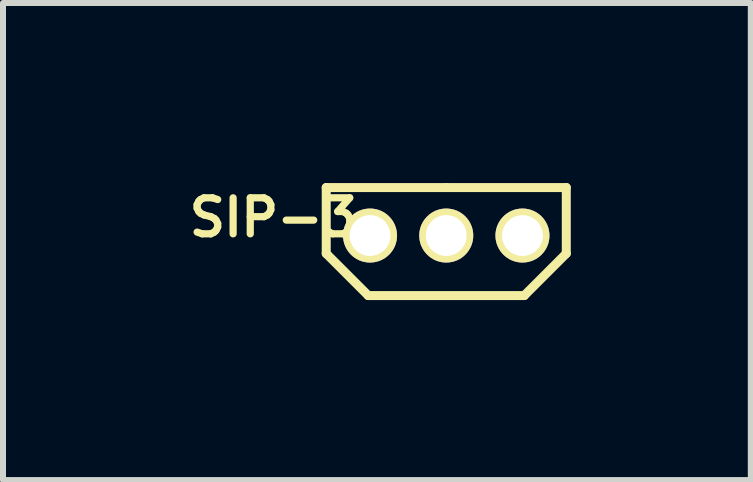
<source format=kicad_pcb>
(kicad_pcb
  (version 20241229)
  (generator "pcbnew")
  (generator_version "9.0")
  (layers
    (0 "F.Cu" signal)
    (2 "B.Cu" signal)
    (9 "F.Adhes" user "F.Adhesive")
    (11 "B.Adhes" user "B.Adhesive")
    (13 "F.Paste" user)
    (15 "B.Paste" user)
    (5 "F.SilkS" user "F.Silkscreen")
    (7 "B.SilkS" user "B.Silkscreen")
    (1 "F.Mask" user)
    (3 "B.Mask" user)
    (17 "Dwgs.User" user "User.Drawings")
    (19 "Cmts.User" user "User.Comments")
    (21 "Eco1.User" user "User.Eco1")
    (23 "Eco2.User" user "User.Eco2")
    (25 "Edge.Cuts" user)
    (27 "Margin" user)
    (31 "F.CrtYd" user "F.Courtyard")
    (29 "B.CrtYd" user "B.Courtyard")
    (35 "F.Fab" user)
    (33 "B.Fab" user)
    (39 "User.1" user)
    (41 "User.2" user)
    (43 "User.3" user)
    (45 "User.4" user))
  (footprint "SIP-3"
    (layer "F.Cu")
    (at 4.386 0.875)
    (property "Reference" "SIP-3" (at -2.88 -0.3 0) (layer "F.SilkS") (effects (font (size 0.6 0.6) (thickness 0.12))))
    (attr through_hole)
    (fp_line (start -2 -0.8) (end -2 0.3) (stroke (width 0.15) (type solid)) (layer "F.SilkS"))
    (fp_line (start -2 0.3) (end -1.3 1) (stroke (width 0.15) (type solid)) (layer "F.SilkS"))
    (fp_line (start -1.3 1) (end 1.3 1) (stroke (width 0.15) (type solid)) (layer "F.SilkS"))
    (fp_line (start 0 -0.8) (end -2 -0.8) (stroke (width 0.15) (type solid)) (layer "F.SilkS"))
    (fp_line (start 0 -0.8) (end 2 -0.8) (stroke (width 0.15) (type solid)) (layer "F.SilkS"))
    (fp_line (start 1.3 1) (end 2 0.3) (stroke (width 0.15) (type solid)) (layer "F.SilkS"))
    (fp_line (start 2 -0.8) (end 2 0.3) (stroke (width 0.15) (type solid)) (layer "F.SilkS"))
    (pad "1" thru_hole circle (at -1.27 0) (size 0.9 0.9) (drill 0.68) (layers "*.Cu" "*.Mask" "F.SilkS"))
    (pad "2" thru_hole circle (at 0 0) (size 0.9 0.9) (drill 0.68) (layers "*.Cu" "*.Mask" "F.SilkS"))
    (pad "3" thru_hole circle (at 1.27 0) (size 0.9 0.9) (drill 0.68) (layers "*.Cu" "*.Mask" "F.SilkS")))
  (gr_rect
    (start -3 -3)
    (end 9.461 4.95)
    (stroke (width 0.1) (type default))
    (fill no)
    (layer "Edge.Cuts")))
</source>
